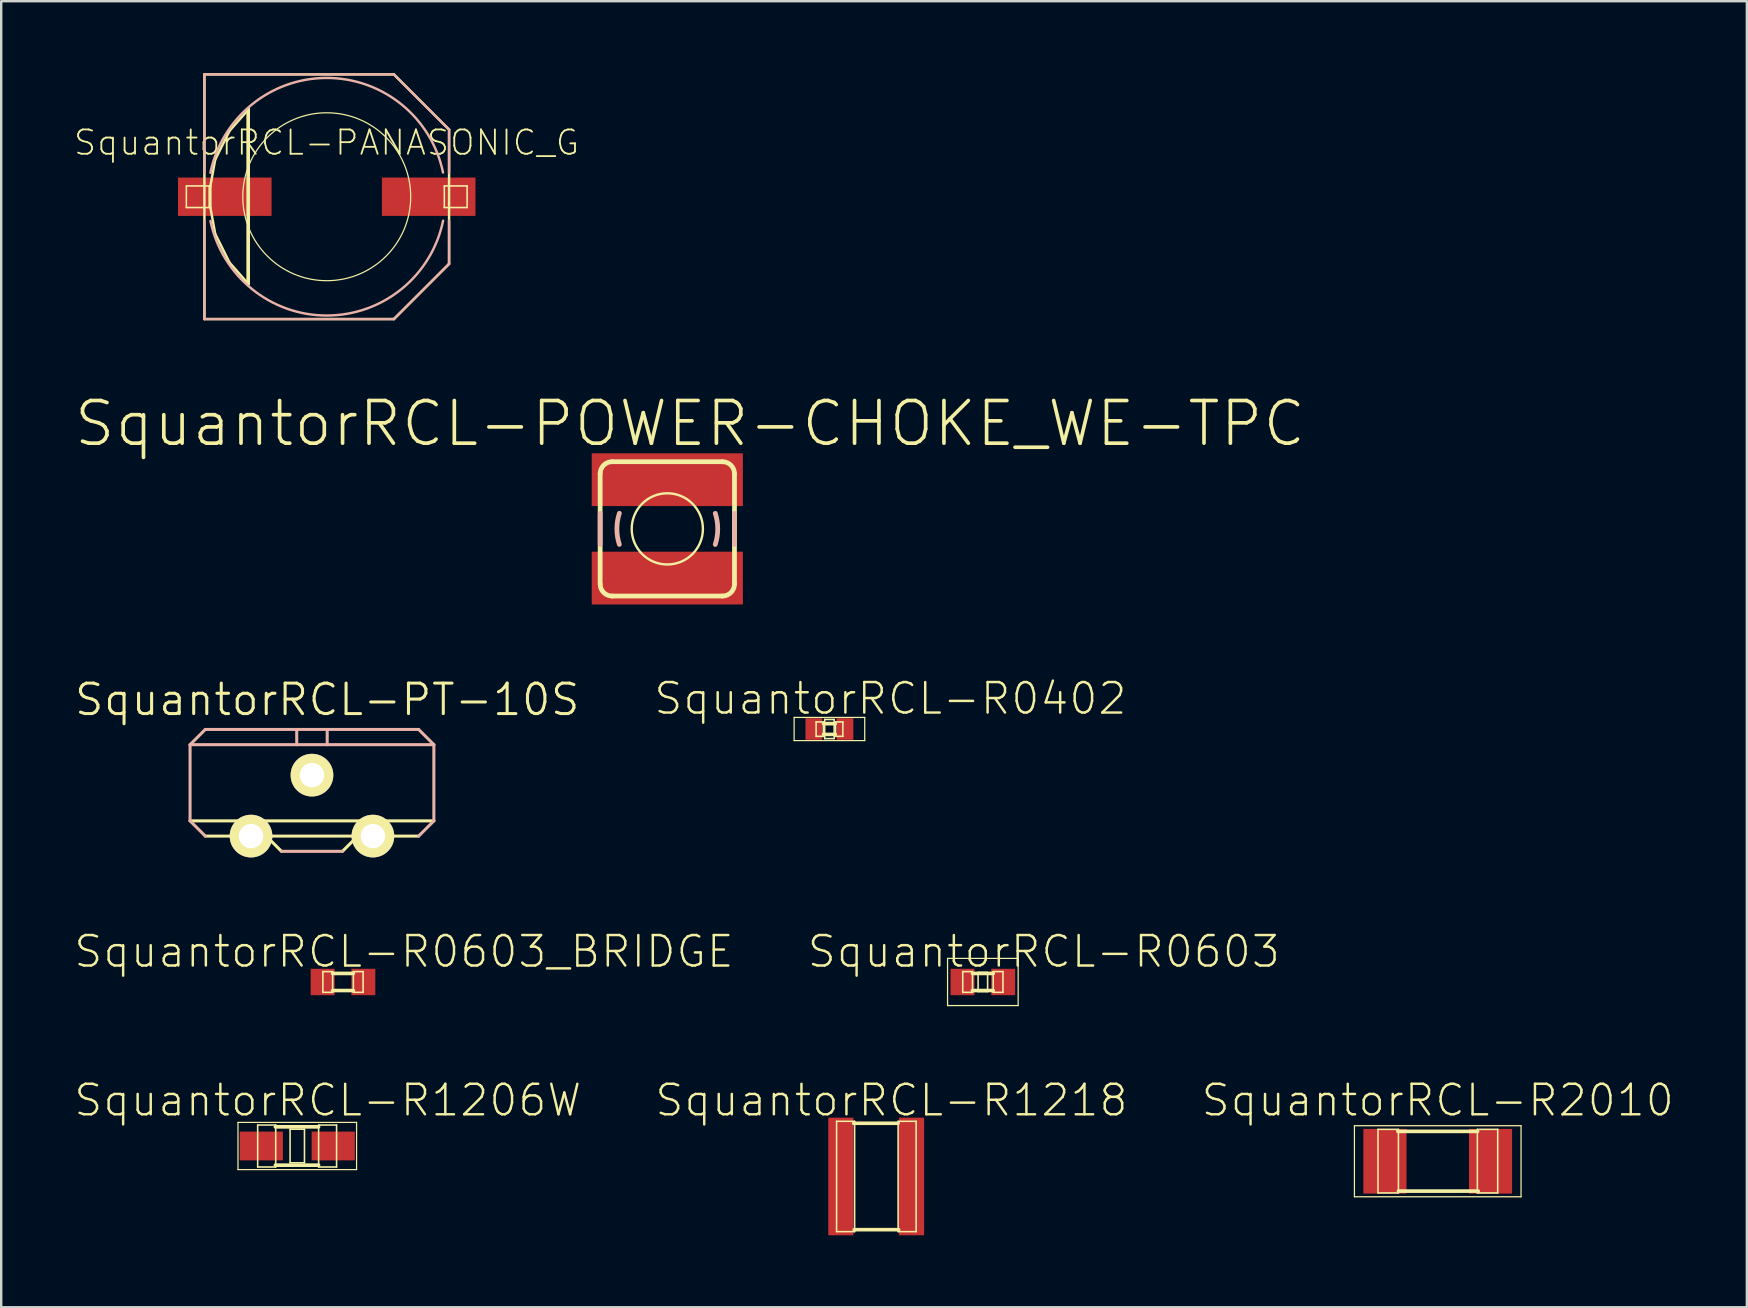
<source format=kicad_pcb>
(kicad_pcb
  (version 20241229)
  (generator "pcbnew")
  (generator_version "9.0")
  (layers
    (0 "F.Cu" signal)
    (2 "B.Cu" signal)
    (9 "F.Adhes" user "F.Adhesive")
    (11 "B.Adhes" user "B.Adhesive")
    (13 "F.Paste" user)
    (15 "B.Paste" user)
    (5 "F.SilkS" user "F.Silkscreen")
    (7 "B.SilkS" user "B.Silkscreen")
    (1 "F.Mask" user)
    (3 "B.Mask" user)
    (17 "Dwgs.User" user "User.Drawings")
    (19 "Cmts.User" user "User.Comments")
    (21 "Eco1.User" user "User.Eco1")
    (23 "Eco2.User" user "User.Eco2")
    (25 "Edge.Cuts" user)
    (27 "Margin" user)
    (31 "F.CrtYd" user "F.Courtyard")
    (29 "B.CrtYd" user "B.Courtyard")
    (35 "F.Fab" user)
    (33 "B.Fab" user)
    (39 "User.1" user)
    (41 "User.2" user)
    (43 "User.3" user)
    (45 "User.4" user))
  (footprint "SquantorRCL-R0603"
    (layer "F.Cu")
    (at 37.91 37.874)
    (property "Reference" "SquantorRCL-R0603" (at 2.54 -1.27 0) (layer "F.SilkS") (effects (font (size 1.27 1.27) (thickness 0.102))))
    (attr smd)
    (fp_line (start -1.471 -0.983) (end 1.471 -0.983) (stroke (width 0.051) (type solid)) (layer "F.SilkS"))
    (fp_line (start -1.471 0.983) (end -1.471 -0.983) (stroke (width 0.051) (type solid)) (layer "F.SilkS"))
    (fp_line (start -0.838 -0.432) (end -0.432 -0.432) (stroke (width 0.066) (type solid)) (layer "F.SilkS"))
    (fp_line (start -0.838 0.432) (end -0.838 -0.432) (stroke (width 0.066) (type solid)) (layer "F.SilkS"))
    (fp_line (start -0.838 0.432) (end -0.432 0.432) (stroke (width 0.066) (type solid)) (layer "F.SilkS"))
    (fp_line (start -0.432 0.356) (end 0.432 0.356) (stroke (width 0.152) (type solid)) (layer "F.SilkS"))
    (fp_line (start -0.432 0.432) (end -0.432 -0.432) (stroke (width 0.066) (type solid)) (layer "F.SilkS"))
    (fp_line (start -0.198 -0.399) (end 0.198 -0.399) (stroke (width 0.066) (type solid)) (layer "F.SilkS"))
    (fp_line (start -0.198 0.399) (end -0.198 -0.399) (stroke (width 0.066) (type solid)) (layer "F.SilkS"))
    (fp_line (start -0.198 0.399) (end 0.198 0.399) (stroke (width 0.066) (type solid)) (layer "F.SilkS"))
    (fp_line (start 0.198 0.399) (end 0.198 -0.399) (stroke (width 0.066) (type solid)) (layer "F.SilkS"))
    (fp_line (start 0.432 -0.432) (end 0.838 -0.432) (stroke (width 0.066) (type solid)) (layer "F.SilkS"))
    (fp_line (start 0.432 -0.356) (end -0.432 -0.356) (stroke (width 0.152) (type solid)) (layer "F.SilkS"))
    (fp_line (start 0.432 0.432) (end 0.432 -0.432) (stroke (width 0.066) (type solid)) (layer "F.SilkS"))
    (fp_line (start 0.432 0.432) (end 0.838 0.432) (stroke (width 0.066) (type solid)) (layer "F.SilkS"))
    (fp_line (start 0.838 0.432) (end 0.838 -0.432) (stroke (width 0.066) (type solid)) (layer "F.SilkS"))
    (fp_line (start 1.471 -0.983) (end 1.471 0.983) (stroke (width 0.051) (type solid)) (layer "F.SilkS"))
    (fp_line (start 1.471 0.983) (end -1.471 0.983) (stroke (width 0.051) (type solid)) (layer "F.SilkS"))
    (pad "1" smd rect (at -0.848 0) (size 0.998 1.1) (layers "F.Cu" "F.Mask" "F.Paste"))
    (pad "2" smd rect (at 0.848 0) (size 0.998 1.1) (layers "F.Cu" "F.Mask" "F.Paste")))
  (footprint "SquantorRCL-R2010"
    (layer "F.Cu")
    (at 56.867 45.344)
    (property "Reference" "SquantorRCL-R2010" (at 0 -2.54 0) (layer "F.SilkS") (effects (font (size 1.27 1.27) (thickness 0.102))))
    (attr smd)
    (fp_line (start -3.472 -1.481) (end 3.472 -1.481) (stroke (width 0.051) (type solid)) (layer "F.SilkS"))
    (fp_line (start -3.472 1.481) (end -3.472 -1.481) (stroke (width 0.051) (type solid)) (layer "F.SilkS"))
    (fp_line (start -2.489 -1.328) (end -1.638 -1.328) (stroke (width 0.066) (type solid)) (layer "F.SilkS"))
    (fp_line (start -2.489 1.321) (end -2.489 -1.328) (stroke (width 0.066) (type solid)) (layer "F.SilkS"))
    (fp_line (start -2.489 1.321) (end -1.638 1.321) (stroke (width 0.066) (type solid)) (layer "F.SilkS"))
    (fp_line (start -1.661 -1.245) (end 1.661 -1.245) (stroke (width 0.152) (type solid)) (layer "F.SilkS"))
    (fp_line (start -1.638 1.321) (end -1.638 -1.328) (stroke (width 0.066) (type solid)) (layer "F.SilkS"))
    (fp_line (start -1.636 1.245) (end 1.687 1.245) (stroke (width 0.152) (type solid)) (layer "F.SilkS"))
    (fp_line (start 1.651 -1.328) (end 2.499 -1.328) (stroke (width 0.066) (type solid)) (layer "F.SilkS"))
    (fp_line (start 1.651 1.321) (end 1.651 -1.328) (stroke (width 0.066) (type solid)) (layer "F.SilkS"))
    (fp_line (start 1.651 1.321) (end 2.499 1.321) (stroke (width 0.066) (type solid)) (layer "F.SilkS"))
    (fp_line (start 2.499 1.321) (end 2.499 -1.328) (stroke (width 0.066) (type solid)) (layer "F.SilkS"))
    (fp_line (start 3.472 -1.481) (end 3.472 1.481) (stroke (width 0.051) (type solid)) (layer "F.SilkS"))
    (fp_line (start 3.472 1.481) (end -3.472 1.481) (stroke (width 0.051) (type solid)) (layer "F.SilkS"))
    (pad "1" smd rect (at -2.2 0) (size 1.798 2.697) (layers "F.Cu" "F.Mask" "F.Paste"))
    (pad "2" smd rect (at 2.2 0) (size 1.798 2.697) (layers "F.Cu" "F.Mask" "F.Paste")))
  (footprint "SquantorRCL-PT-10S"
    (layer "F.Cu")
    (at 9.951 30.524)
    (property "Reference" "SquantorRCL-PT-10S" (at 0.635 -4.417 0) (layer "F.SilkS") (effects (font (size 1.27 1.27) (thickness 0.127))))
    (attr exclude_from_pos_files exclude_from_bom)
    (fp_line (start -5.08 0.635) (end 5.08 0.635) (stroke (width 0.127) (type solid)) (layer "F.SilkS"))
    (fp_line (start -4.445 1.27) (end 4.445 1.27) (stroke (width 0.127) (type solid)) (layer "F.SilkS"))
    (fp_line (start -1.905 1.27) (end -1.27 1.905) (stroke (width 0.127) (type solid)) (layer "F.SilkS"))
    (fp_line (start 1.27 1.905) (end 1.905 1.27) (stroke (width 0.127) (type solid)) (layer "F.SilkS"))
    (fp_line (start -5.08 -2.54) (end 5.08 -2.54) (stroke (width 0.127) (type solid)) (layer "B.SilkS"))
    (fp_line (start -5.08 0.635) (end -5.08 -2.54) (stroke (width 0.127) (type solid)) (layer "B.SilkS"))
    (fp_line (start -4.445 -3.175) (end -5.08 -2.54) (stroke (width 0.127) (type solid)) (layer "B.SilkS"))
    (fp_line (start -4.445 -3.175) (end 4.445 -3.175) (stroke (width 0.127) (type solid)) (layer "B.SilkS"))
    (fp_line (start -4.445 1.27) (end -5.08 0.635) (stroke (width 0.127) (type solid)) (layer "B.SilkS"))
    (fp_line (start -1.27 1.905) (end 1.27 1.905) (stroke (width 0.127) (type solid)) (layer "B.SilkS"))
    (fp_line (start -0.635 -3.175) (end -0.635 -2.54) (stroke (width 0.127) (type solid)) (layer "B.SilkS"))
    (fp_line (start 0.635 -2.54) (end 0.635 -3.175) (stroke (width 0.127) (type solid)) (layer "B.SilkS"))
    (fp_line (start 5.08 -2.54) (end 4.445 -3.175) (stroke (width 0.127) (type solid)) (layer "B.SilkS"))
    (fp_line (start 5.08 -2.54) (end 5.08 0.635) (stroke (width 0.127) (type solid)) (layer "B.SilkS"))
    (fp_line (start 5.08 0.635) (end 4.445 1.27) (stroke (width 0.127) (type solid)) (layer "B.SilkS"))
    (pad "1" thru_hole circle (at -2.54 1.27) (size 1.778 1.778) (drill 1.016) (layers "*.Cu" "F.Mask" "F.SilkS" "F.Paste"))
    (pad "2" thru_hole circle (at 2.54 1.27) (size 1.778 1.778) (drill 1.016) (layers "*.Cu" "F.Mask" "F.SilkS" "F.Paste"))
    (pad "3" thru_hole circle (at 0 -1.27) (size 1.778 1.778) (drill 1.016) (layers "*.Cu" "F.Mask" "F.SilkS" "F.Paste")))
  (footprint "SquantorRCL-PANASONIC_G"
    (layer "F.Cu")
    (at 10.567 5.149)
    (property "Reference" "SquantorRCL-PANASONIC_G" (at -0.008 -2.256 0) (layer "F.SilkS") (effects (font (size 1.016 1.016) (thickness 0.076))))
    (attr smd)
    (fp_line (start -5.85 -0.45) (end -4.9 -0.45) (stroke (width 0.066) (type solid)) (layer "F.SilkS"))
    (fp_line (start -5.85 0.45) (end -5.85 -0.45) (stroke (width 0.066) (type solid)) (layer "F.SilkS"))
    (fp_line (start -5.85 0.45) (end -4.9 0.45) (stroke (width 0.066) (type solid)) (layer "F.SilkS"))
    (fp_line (start -5.098 -5.098) (end 2.799 -5.098) (stroke (width 0.102) (type solid)) (layer "F.SilkS"))
    (fp_line (start -5.098 5.098) (end -5.098 -5.098) (stroke (width 0.102) (type solid)) (layer "F.SilkS"))
    (fp_line (start -4.9 0.45) (end -4.9 -0.45) (stroke (width 0.066) (type solid)) (layer "F.SilkS"))
    (fp_line (start -4.849 -0.45) (end -4.849 0.45) (stroke (width 0.102) (type solid)) (layer "F.SilkS"))
    (fp_line (start -4.849 0.45) (end -4.648 1.549) (stroke (width 0.102) (type solid)) (layer "F.SilkS"))
    (fp_line (start -4.648 -1.549) (end -4.849 -0.45) (stroke (width 0.102) (type solid)) (layer "F.SilkS"))
    (fp_line (start -4.648 1.549) (end -4.049 2.748) (stroke (width 0.102) (type solid)) (layer "F.SilkS"))
    (fp_line (start -4.049 -2.748) (end -4.648 -1.549) (stroke (width 0.102) (type solid)) (layer "F.SilkS"))
    (fp_line (start -4.049 2.748) (end -3.299 3.599) (stroke (width 0.102) (type solid)) (layer "F.SilkS"))
    (fp_line (start -3.299 -3.599) (end -4.049 -2.748) (stroke (width 0.102) (type solid)) (layer "F.SilkS"))
    (fp_line (start -3.299 -3.548) (end -3.299 -3.599) (stroke (width 0.102) (type solid)) (layer "F.SilkS"))
    (fp_line (start -3.299 3.599) (end -3.299 -3.548) (stroke (width 0.102) (type solid)) (layer "F.SilkS"))
    (fp_line (start -3.249 -3.698) (end -3.249 3.65) (stroke (width 0.102) (type solid)) (layer "F.SilkS"))
    (fp_line (start 2.799 -5.098) (end 5.098 -2.799) (stroke (width 0.102) (type solid)) (layer "F.SilkS"))
    (fp_line (start 2.799 5.098) (end -5.098 5.098) (stroke (width 0.102) (type solid)) (layer "F.SilkS"))
    (fp_line (start 4.9 -0.45) (end 5.85 -0.45) (stroke (width 0.066) (type solid)) (layer "F.SilkS"))
    (fp_line (start 4.9 0.45) (end 4.9 -0.45) (stroke (width 0.066) (type solid)) (layer "F.SilkS"))
    (fp_line (start 4.9 0.45) (end 5.85 0.45) (stroke (width 0.066) (type solid)) (layer "F.SilkS"))
    (fp_line (start 5.098 -2.799) (end 5.098 2.799) (stroke (width 0.102) (type solid)) (layer "F.SilkS"))
    (fp_line (start 5.098 2.799) (end 2.799 5.098) (stroke (width 0.102) (type solid)) (layer "F.SilkS"))
    (fp_line (start 5.85 0.45) (end 5.85 -0.45) (stroke (width 0.066) (type solid)) (layer "F.SilkS"))
    (fp_circle (center 0 0) (end -2.474 2.474) (stroke (width 0.051) (type solid)) (fill no) (layer "F.SilkS"))
    (fp_line (start -5.098 -5.098) (end 2.799 -5.098) (stroke (width 0.102) (type solid)) (layer "B.SilkS"))
    (fp_line (start -5.098 -0.998) (end -5.098 -5.098) (stroke (width 0.102) (type solid)) (layer "B.SilkS"))
    (fp_line (start -5.098 5.098) (end -5.098 0.998) (stroke (width 0.102) (type solid)) (layer "B.SilkS"))
    (fp_line (start 2.799 -5.098) (end 5.098 -2.799) (stroke (width 0.102) (type solid)) (layer "B.SilkS"))
    (fp_line (start 2.799 5.098) (end -5.098 5.098) (stroke (width 0.102) (type solid)) (layer "B.SilkS"))
    (fp_line (start 5.098 -2.799) (end 5.098 -0.998) (stroke (width 0.102) (type solid)) (layer "B.SilkS"))
    (fp_line (start 5.098 0.998) (end 5.098 2.799) (stroke (width 0.102) (type solid)) (layer "B.SilkS"))
    (fp_line (start 5.098 2.799) (end 2.799 5.098) (stroke (width 0.102) (type solid)) (layer "B.SilkS"))
    (fp_arc (start -4.84886 -0.99822) (mid -0.005807 -4.950541) (end 4.846505 -1.009593) (stroke (width 0.1016) (type solid)) (layer "B.SilkS"))
    (fp_arc (start 4.84886 0.99822) (mid 0.005807 4.950541) (end -4.846505 1.009593) (stroke (width 0.1016) (type solid)) (layer "B.SilkS"))
    (pad "+" smd rect (at 4.249 0) (size 3.899 1.598) (layers "F.Cu" "F.Mask" "F.Paste"))
    (pad "-" smd rect (at -4.249 0) (size 3.899 1.598) (layers "F.Cu" "F.Mask" "F.Paste")))
  (footprint "SquantorRCL-R1218"
    (layer "F.Cu")
    (at 33.465 45.979)
    (property "Reference" "SquantorRCL-R1218" (at 0.635 -3.175 0) (layer "F.SilkS") (effects (font (size 1.27 1.27) (thickness 0.102))))
    (attr smd)
    (fp_line (start -1.651 -2.299) (end -0.899 -2.299) (stroke (width 0.066) (type solid)) (layer "F.SilkS"))
    (fp_line (start -1.651 2.299) (end -1.651 -2.299) (stroke (width 0.066) (type solid)) (layer "F.SilkS"))
    (fp_line (start -1.651 2.299) (end -0.899 2.299) (stroke (width 0.066) (type solid)) (layer "F.SilkS"))
    (fp_line (start -0.912 2.217) (end 0.937 2.217) (stroke (width 0.152) (type solid)) (layer "F.SilkS"))
    (fp_line (start -0.899 2.299) (end -0.899 -2.299) (stroke (width 0.066) (type solid)) (layer "F.SilkS"))
    (fp_line (start 0.912 -2.217) (end -0.937 -2.217) (stroke (width 0.152) (type solid)) (layer "F.SilkS"))
    (fp_line (start 0.914 -2.299) (end 1.664 -2.299) (stroke (width 0.066) (type solid)) (layer "F.SilkS"))
    (fp_line (start 0.914 2.299) (end 0.914 -2.299) (stroke (width 0.066) (type solid)) (layer "F.SilkS"))
    (fp_line (start 0.914 2.299) (end 1.664 2.299) (stroke (width 0.066) (type solid)) (layer "F.SilkS"))
    (fp_line (start 1.664 2.299) (end 1.664 -2.299) (stroke (width 0.066) (type solid)) (layer "F.SilkS"))
    (pad "1" smd rect (at -1.473 0) (size 1.049 4.9) (layers "F.Cu" "F.Mask" "F.Paste"))
    (pad "2" smd rect (at 1.473 0) (size 1.049 4.9) (layers "F.Cu" "F.Mask" "F.Paste")))
  (footprint "SquantorRCL-R1206W"
    (layer "F.Cu")
    (at 9.339 44.709)
    (property "Reference" "SquantorRCL-R1206W" (at 1.27 -1.905 0) (layer "F.SilkS") (effects (font (size 1.27 1.27) (thickness 0.102))))
    (attr smd)
    (fp_line (start -2.471 -0.983) (end 2.471 -0.983) (stroke (width 0.051) (type solid)) (layer "F.SilkS"))
    (fp_line (start -2.471 0.983) (end -2.471 -0.983) (stroke (width 0.051) (type solid)) (layer "F.SilkS"))
    (fp_line (start -1.651 -0.874) (end -0.899 -0.874) (stroke (width 0.066) (type solid)) (layer "F.SilkS"))
    (fp_line (start -1.651 0.876) (end -1.651 -0.874) (stroke (width 0.066) (type solid)) (layer "F.SilkS"))
    (fp_line (start -1.651 0.876) (end -0.899 0.876) (stroke (width 0.066) (type solid)) (layer "F.SilkS"))
    (fp_line (start -0.912 -0.798) (end 0.886 -0.798) (stroke (width 0.152) (type solid)) (layer "F.SilkS"))
    (fp_line (start -0.912 0.798) (end 0.886 0.798) (stroke (width 0.152) (type solid)) (layer "F.SilkS"))
    (fp_line (start -0.899 0.876) (end -0.899 -0.874) (stroke (width 0.066) (type solid)) (layer "F.SilkS"))
    (fp_line (start -0.3 -0.699) (end 0.3 -0.699) (stroke (width 0.066) (type solid)) (layer "F.SilkS"))
    (fp_line (start -0.3 0.699) (end -0.3 -0.699) (stroke (width 0.066) (type solid)) (layer "F.SilkS"))
    (fp_line (start -0.3 0.699) (end 0.3 0.699) (stroke (width 0.066) (type solid)) (layer "F.SilkS"))
    (fp_line (start 0.3 0.699) (end 0.3 -0.699) (stroke (width 0.066) (type solid)) (layer "F.SilkS"))
    (fp_line (start 0.889 -0.874) (end 1.638 -0.874) (stroke (width 0.066) (type solid)) (layer "F.SilkS"))
    (fp_line (start 0.889 0.876) (end 0.889 -0.874) (stroke (width 0.066) (type solid)) (layer "F.SilkS"))
    (fp_line (start 0.889 0.876) (end 1.638 0.876) (stroke (width 0.066) (type solid)) (layer "F.SilkS"))
    (fp_line (start 1.638 0.876) (end 1.638 -0.874) (stroke (width 0.066) (type solid)) (layer "F.SilkS"))
    (fp_line (start 2.471 -0.983) (end 2.471 0.983) (stroke (width 0.051) (type solid)) (layer "F.SilkS"))
    (fp_line (start 2.471 0.983) (end -2.471 0.983) (stroke (width 0.051) (type solid)) (layer "F.SilkS"))
    (pad "1" smd rect (at -1.499 0) (size 1.798 1.199) (layers "F.Cu" "F.Mask" "F.Paste"))
    (pad "2" smd rect (at 1.499 0) (size 1.798 1.199) (layers "F.Cu" "F.Mask" "F.Paste")))
  (footprint "SquantorRCL-R0402"
    (layer "F.Cu")
    (at 31.516 27.332)
    (property "Reference" "SquantorRCL-R0402" (at 2.54 -1.27 0) (layer "F.SilkS") (effects (font (size 1.27 1.27) (thickness 0.102))))
    (attr smd)
    (fp_line (start -1.471 -0.483) (end 1.471 -0.483) (stroke (width 0.051) (type solid)) (layer "F.SilkS"))
    (fp_line (start -1.471 0.483) (end -1.471 -0.483) (stroke (width 0.051) (type solid)) (layer "F.SilkS"))
    (fp_line (start -0.554 -0.295) (end -0.254 -0.295) (stroke (width 0.066) (type solid)) (layer "F.SilkS"))
    (fp_line (start -0.554 0.305) (end -0.554 -0.295) (stroke (width 0.066) (type solid)) (layer "F.SilkS"))
    (fp_line (start -0.554 0.305) (end -0.254 0.305) (stroke (width 0.066) (type solid)) (layer "F.SilkS"))
    (fp_line (start -0.254 0.305) (end -0.254 -0.295) (stroke (width 0.066) (type solid)) (layer "F.SilkS"))
    (fp_line (start -0.244 -0.224) (end 0.244 -0.224) (stroke (width 0.152) (type solid)) (layer "F.SilkS"))
    (fp_line (start -0.198 -0.399) (end 0.198 -0.399) (stroke (width 0.066) (type solid)) (layer "F.SilkS"))
    (fp_line (start -0.198 0.399) (end -0.198 -0.399) (stroke (width 0.066) (type solid)) (layer "F.SilkS"))
    (fp_line (start -0.198 0.399) (end 0.198 0.399) (stroke (width 0.066) (type solid)) (layer "F.SilkS"))
    (fp_line (start 0.198 0.399) (end 0.198 -0.399) (stroke (width 0.066) (type solid)) (layer "F.SilkS"))
    (fp_line (start 0.244 0.224) (end -0.244 0.224) (stroke (width 0.152) (type solid)) (layer "F.SilkS"))
    (fp_line (start 0.257 -0.295) (end 0.559 -0.295) (stroke (width 0.066) (type solid)) (layer "F.SilkS"))
    (fp_line (start 0.257 0.305) (end 0.257 -0.295) (stroke (width 0.066) (type solid)) (layer "F.SilkS"))
    (fp_line (start 0.257 0.305) (end 0.559 0.305) (stroke (width 0.066) (type solid)) (layer "F.SilkS"))
    (fp_line (start 0.559 0.305) (end 0.559 -0.295) (stroke (width 0.066) (type solid)) (layer "F.SilkS"))
    (fp_line (start 1.471 -0.483) (end 1.471 0.483) (stroke (width 0.051) (type solid)) (layer "F.SilkS"))
    (fp_line (start 1.471 0.483) (end -1.471 0.483) (stroke (width 0.051) (type solid)) (layer "F.SilkS"))
    (pad "1" smd rect (at -0.648 0) (size 0.699 0.899) (layers "F.Cu" "F.Mask" "F.Paste"))
    (pad "2" smd rect (at 0.648 0) (size 0.699 0.899) (layers "F.Cu" "F.Mask" "F.Paste")))
  (footprint "SquantorRCL-POWER-CHOKE_WE-TPC"
    (layer "F.Cu")
    (at 24.76 18.991)
    (property "Reference" "SquantorRCL-POWER-CHOKE_WE-TPC" (at 0.945 -4.387 0) (layer "F.SilkS") (effects (font (size 1.778 1.778) (thickness 0.152))))
    (attr smd)
    (fp_line (start -2.799 2.299) (end -2.799 -2.299) (stroke (width 0.198) (type solid)) (layer "F.SilkS"))
    (fp_line (start -2.299 -2.799) (end 2.299 -2.799) (stroke (width 0.198) (type solid)) (layer "F.SilkS"))
    (fp_line (start 2.299 2.799) (end -2.299 2.799) (stroke (width 0.198) (type solid)) (layer "F.SilkS"))
    (fp_line (start 2.799 -2.299) (end 2.799 2.299) (stroke (width 0.198) (type solid)) (layer "F.SilkS"))
    (fp_arc (start -2.79908 -2.2987) (mid -2.652522 -2.652522) (end -2.2987 -2.79908) (stroke (width 0.19812) (type solid)) (layer "F.SilkS"))
    (fp_arc (start -2.2987 2.79908) (mid -2.652522 2.652522) (end -2.79908 2.2987) (stroke (width 0.19812) (type solid)) (layer "F.SilkS"))
    (fp_arc (start 2.2987 -2.79908) (mid 2.652522 -2.652522) (end 2.79908 -2.2987) (stroke (width 0.19812) (type solid)) (layer "F.SilkS"))
    (fp_arc (start 2.79908 2.2987) (mid 2.652522 2.652522) (end 2.2987 2.79908) (stroke (width 0.19812) (type solid)) (layer "F.SilkS"))
    (fp_circle (center 0 0) (end -1.049 1.049) (stroke (width 0.099) (type solid)) (fill no) (layer "F.SilkS"))
    (fp_line (start -2.799 -0.648) (end -2.799 0.648) (stroke (width 0.198) (type solid)) (layer "B.SilkS"))
    (fp_line (start 2.799 0.648) (end 2.799 -0.648) (stroke (width 0.198) (type solid)) (layer "B.SilkS"))
    (fp_arc (start -1.99898 0.6477) (mid -2.101293 -0.00172) (end -1.997917 -0.650971) (stroke (width 0.19812) (type solid)) (layer "B.SilkS"))
    (fp_arc (start 1.99898 -0.6477) (mid 2.101293 0.00172) (end 1.997917 0.650971) (stroke (width 0.19812) (type solid)) (layer "B.SilkS"))
    (pad "1" smd rect (at 0 -2.05) (size 6.299 2.2) (layers "F.Cu" "F.Mask" "F.Paste"))
    (pad "2" smd rect (at 0 2.05 180) (size 6.299 2.2) (layers "F.Cu" "F.Mask" "F.Paste")))
  (footprint "SquantorRCL-R0603_BRIDGE"
    (layer "F.Cu")
    (at 11.244 37.874)
    (property "Reference" "SquantorRCL-R0603_BRIDGE" (at 2.54 -1.27 0) (layer "F.SilkS") (effects (font (size 1.27 1.27) (thickness 0.102))))
    (attr smd)
    (fp_line (start -0.838 -0.432) (end -0.432 -0.432) (stroke (width 0.066) (type solid)) (layer "F.SilkS"))
    (fp_line (start -0.838 0.432) (end -0.838 -0.432) (stroke (width 0.066) (type solid)) (layer "F.SilkS"))
    (fp_line (start -0.838 0.432) (end -0.432 0.432) (stroke (width 0.066) (type solid)) (layer "F.SilkS"))
    (fp_line (start -0.432 0.356) (end 0.432 0.356) (stroke (width 0.152) (type solid)) (layer "F.SilkS"))
    (fp_line (start -0.432 0.432) (end -0.432 -0.432) (stroke (width 0.066) (type solid)) (layer "F.SilkS"))
    (fp_line (start 0.432 -0.432) (end 0.838 -0.432) (stroke (width 0.066) (type solid)) (layer "F.SilkS"))
    (fp_line (start 0.432 -0.356) (end -0.432 -0.356) (stroke (width 0.152) (type solid)) (layer "F.SilkS"))
    (fp_line (start 0.432 0.432) (end 0.432 -0.432) (stroke (width 0.066) (type solid)) (layer "F.SilkS"))
    (fp_line (start 0.432 0.432) (end 0.838 0.432) (stroke (width 0.066) (type solid)) (layer "F.SilkS"))
    (fp_line (start 0.838 0.432) (end 0.838 -0.432) (stroke (width 0.066) (type solid)) (layer "F.SilkS"))
    (pad "1" smd rect (at -0.848 0) (size 0.998 1.1) (layers "F.Cu" "F.Mask" "F.Paste"))
    (pad "2" smd rect (at 0.848 0) (size 0.998 1.1) (layers "F.Cu" "F.Mask" "F.Paste")))
  (gr_rect
    (start -3 -3)
    (end 69.75 51.429)
    (stroke (width 0.1) (type default))
    (fill no)
    (layer "Edge.Cuts")))
</source>
